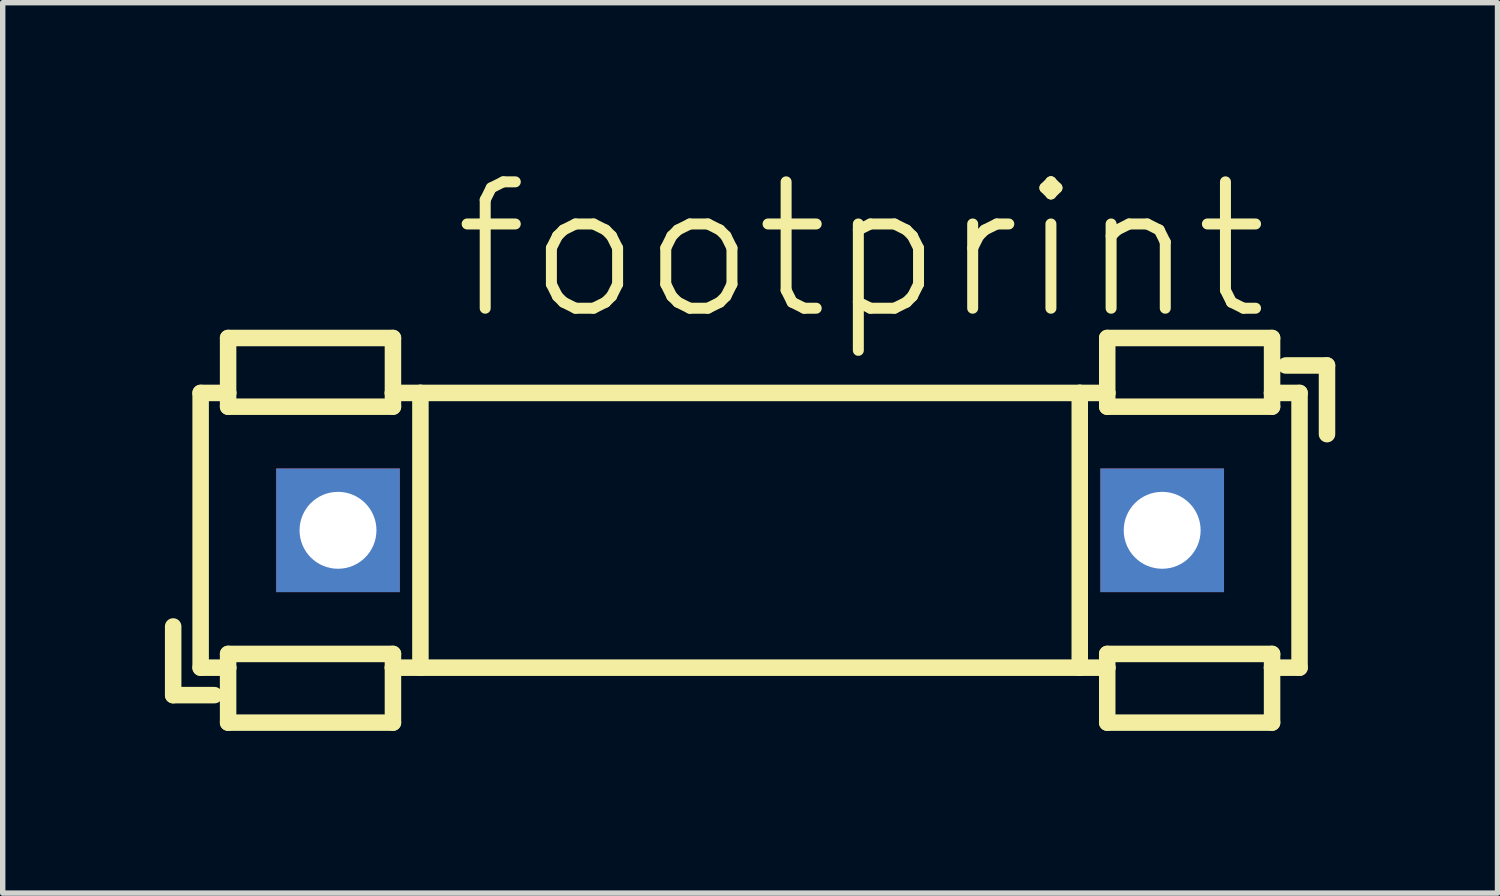
<source format=kicad_pcb>
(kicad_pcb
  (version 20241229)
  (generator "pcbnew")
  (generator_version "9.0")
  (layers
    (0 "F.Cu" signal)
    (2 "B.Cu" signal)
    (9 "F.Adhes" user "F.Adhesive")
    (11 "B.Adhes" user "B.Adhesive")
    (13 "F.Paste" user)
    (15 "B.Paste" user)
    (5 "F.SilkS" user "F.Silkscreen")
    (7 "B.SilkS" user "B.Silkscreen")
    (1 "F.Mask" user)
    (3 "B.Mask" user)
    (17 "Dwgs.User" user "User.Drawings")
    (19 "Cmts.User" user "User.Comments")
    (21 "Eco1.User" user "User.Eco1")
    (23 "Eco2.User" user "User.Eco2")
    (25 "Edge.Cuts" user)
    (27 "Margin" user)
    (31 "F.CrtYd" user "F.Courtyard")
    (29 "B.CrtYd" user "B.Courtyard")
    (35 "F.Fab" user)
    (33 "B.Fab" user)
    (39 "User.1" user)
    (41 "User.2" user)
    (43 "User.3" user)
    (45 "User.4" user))
  (footprint "footprint"
    (layer "F.Cu")
    (at 3.2 6.756)
    (property "Reference" "footprint" (at 2.032 -3.81 0) (layer "F.SilkS") (effects (font (size 2.337 2.337) (thickness 0.203)) (justify left bottom)))
    (fp_line (start -3.048 1.778) (end -3.048 3.048) (stroke (width 0.305) (type solid)) (layer "F.SilkS"))
    (fp_line (start -2.54 -2.54) (end -2.54 2.54) (stroke (width 0.305) (type solid)) (layer "F.SilkS"))
    (fp_line (start -2.286 3.048) (end -3.048 3.048) (stroke (width 0.305) (type solid)) (layer "F.SilkS"))
    (fp_line (start -2.032 -3.556) (end 1.016 -3.556) (stroke (width 0.305) (type solid)) (layer "F.SilkS"))
    (fp_line (start -2.032 -2.54) (end -2.54 -2.54) (stroke (width 0.305) (type solid)) (layer "F.SilkS"))
    (fp_line (start -2.032 -2.54) (end -2.032 -3.556) (stroke (width 0.305) (type solid)) (layer "F.SilkS"))
    (fp_line (start -2.032 -2.286) (end -2.032 -2.54) (stroke (width 0.305) (type solid)) (layer "F.SilkS"))
    (fp_line (start -2.032 -2.286) (end 1.016 -2.286) (stroke (width 0.305) (type solid)) (layer "F.SilkS"))
    (fp_line (start -2.032 2.286) (end 1.016 2.286) (stroke (width 0.305) (type solid)) (layer "F.SilkS"))
    (fp_line (start -2.032 2.54) (end -2.54 2.54) (stroke (width 0.305) (type solid)) (layer "F.SilkS"))
    (fp_line (start -2.032 2.54) (end -2.032 2.286) (stroke (width 0.305) (type solid)) (layer "F.SilkS"))
    (fp_line (start -2.032 3.556) (end -2.032 2.54) (stroke (width 0.305) (type solid)) (layer "F.SilkS"))
    (fp_line (start 1.016 -2.54) (end 1.016 -3.556) (stroke (width 0.305) (type solid)) (layer "F.SilkS"))
    (fp_line (start 1.016 -2.54) (end 1.016 -2.286) (stroke (width 0.305) (type solid)) (layer "F.SilkS"))
    (fp_line (start 1.016 2.54) (end 1.016 2.286) (stroke (width 0.305) (type solid)) (layer "F.SilkS"))
    (fp_line (start 1.016 2.54) (end 1.016 3.556) (stroke (width 0.305) (type solid)) (layer "F.SilkS"))
    (fp_line (start 1.016 3.556) (end -2.032 3.556) (stroke (width 0.305) (type solid)) (layer "F.SilkS"))
    (fp_line (start 1.524 -2.54) (end 1.016 -2.54) (stroke (width 0.305) (type solid)) (layer "F.SilkS"))
    (fp_line (start 1.524 -2.54) (end 1.524 2.54) (stroke (width 0.305) (type solid)) (layer "F.SilkS"))
    (fp_line (start 1.524 -2.54) (end 13.716 -2.54) (stroke (width 0.305) (type solid)) (layer "F.SilkS"))
    (fp_line (start 1.524 2.54) (end 1.016 2.54) (stroke (width 0.305) (type solid)) (layer "F.SilkS"))
    (fp_line (start 1.524 2.54) (end 13.716 2.54) (stroke (width 0.305) (type solid)) (layer "F.SilkS"))
    (fp_line (start 13.716 -2.54) (end 13.716 2.54) (stroke (width 0.305) (type solid)) (layer "F.SilkS"))
    (fp_line (start 13.716 -2.54) (end 14.224 -2.54) (stroke (width 0.305) (type solid)) (layer "F.SilkS"))
    (fp_line (start 13.716 2.54) (end 14.224 2.54) (stroke (width 0.305) (type solid)) (layer "F.SilkS"))
    (fp_line (start 14.224 -3.556) (end 17.272 -3.556) (stroke (width 0.305) (type solid)) (layer "F.SilkS"))
    (fp_line (start 14.224 -2.54) (end 14.224 -3.556) (stroke (width 0.305) (type solid)) (layer "F.SilkS"))
    (fp_line (start 14.224 -2.54) (end 14.224 -2.286) (stroke (width 0.305) (type solid)) (layer "F.SilkS"))
    (fp_line (start 14.224 2.54) (end 14.224 2.286) (stroke (width 0.305) (type solid)) (layer "F.SilkS"))
    (fp_line (start 14.224 2.54) (end 14.224 3.556) (stroke (width 0.305) (type solid)) (layer "F.SilkS"))
    (fp_line (start 17.272 -3.556) (end 17.272 -2.54) (stroke (width 0.305) (type solid)) (layer "F.SilkS"))
    (fp_line (start 17.272 -2.54) (end 17.272 -2.286) (stroke (width 0.305) (type solid)) (layer "F.SilkS"))
    (fp_line (start 17.272 -2.54) (end 17.78 -2.54) (stroke (width 0.305) (type solid)) (layer "F.SilkS"))
    (fp_line (start 17.272 -2.286) (end 14.224 -2.286) (stroke (width 0.305) (type solid)) (layer "F.SilkS"))
    (fp_line (start 17.272 2.286) (end 14.224 2.286) (stroke (width 0.305) (type solid)) (layer "F.SilkS"))
    (fp_line (start 17.272 2.286) (end 17.272 2.54) (stroke (width 0.305) (type solid)) (layer "F.SilkS"))
    (fp_line (start 17.272 2.54) (end 17.272 3.556) (stroke (width 0.305) (type solid)) (layer "F.SilkS"))
    (fp_line (start 17.272 2.54) (end 17.78 2.54) (stroke (width 0.305) (type solid)) (layer "F.SilkS"))
    (fp_line (start 17.272 3.556) (end 14.224 3.556) (stroke (width 0.305) (type solid)) (layer "F.SilkS"))
    (fp_line (start 17.526 -3.048) (end 18.288 -3.048) (stroke (width 0.305) (type solid)) (layer "F.SilkS"))
    (fp_line (start 17.78 2.54) (end 17.78 -2.54) (stroke (width 0.305) (type solid)) (layer "F.SilkS"))
    (fp_line (start 18.288 -1.778) (end 18.288 -3.048) (stroke (width 0.305) (type solid)) (layer "F.SilkS"))
    (pad "1" thru_hole rect (at 0 0) (size 2.286 2.286) (drill 1.422) (layers "*.Cu" "*.Mask"))
    (pad "2" thru_hole rect (at 15.24 0) (size 2.286 2.286) (drill 1.422) (layers "*.Cu" "*.Mask")))
  (gr_rect
    (start -3 -3)
    (end 24.641 13.465)
    (stroke (width 0.1) (type default))
    (fill no)
    (layer "Edge.Cuts")))
</source>
